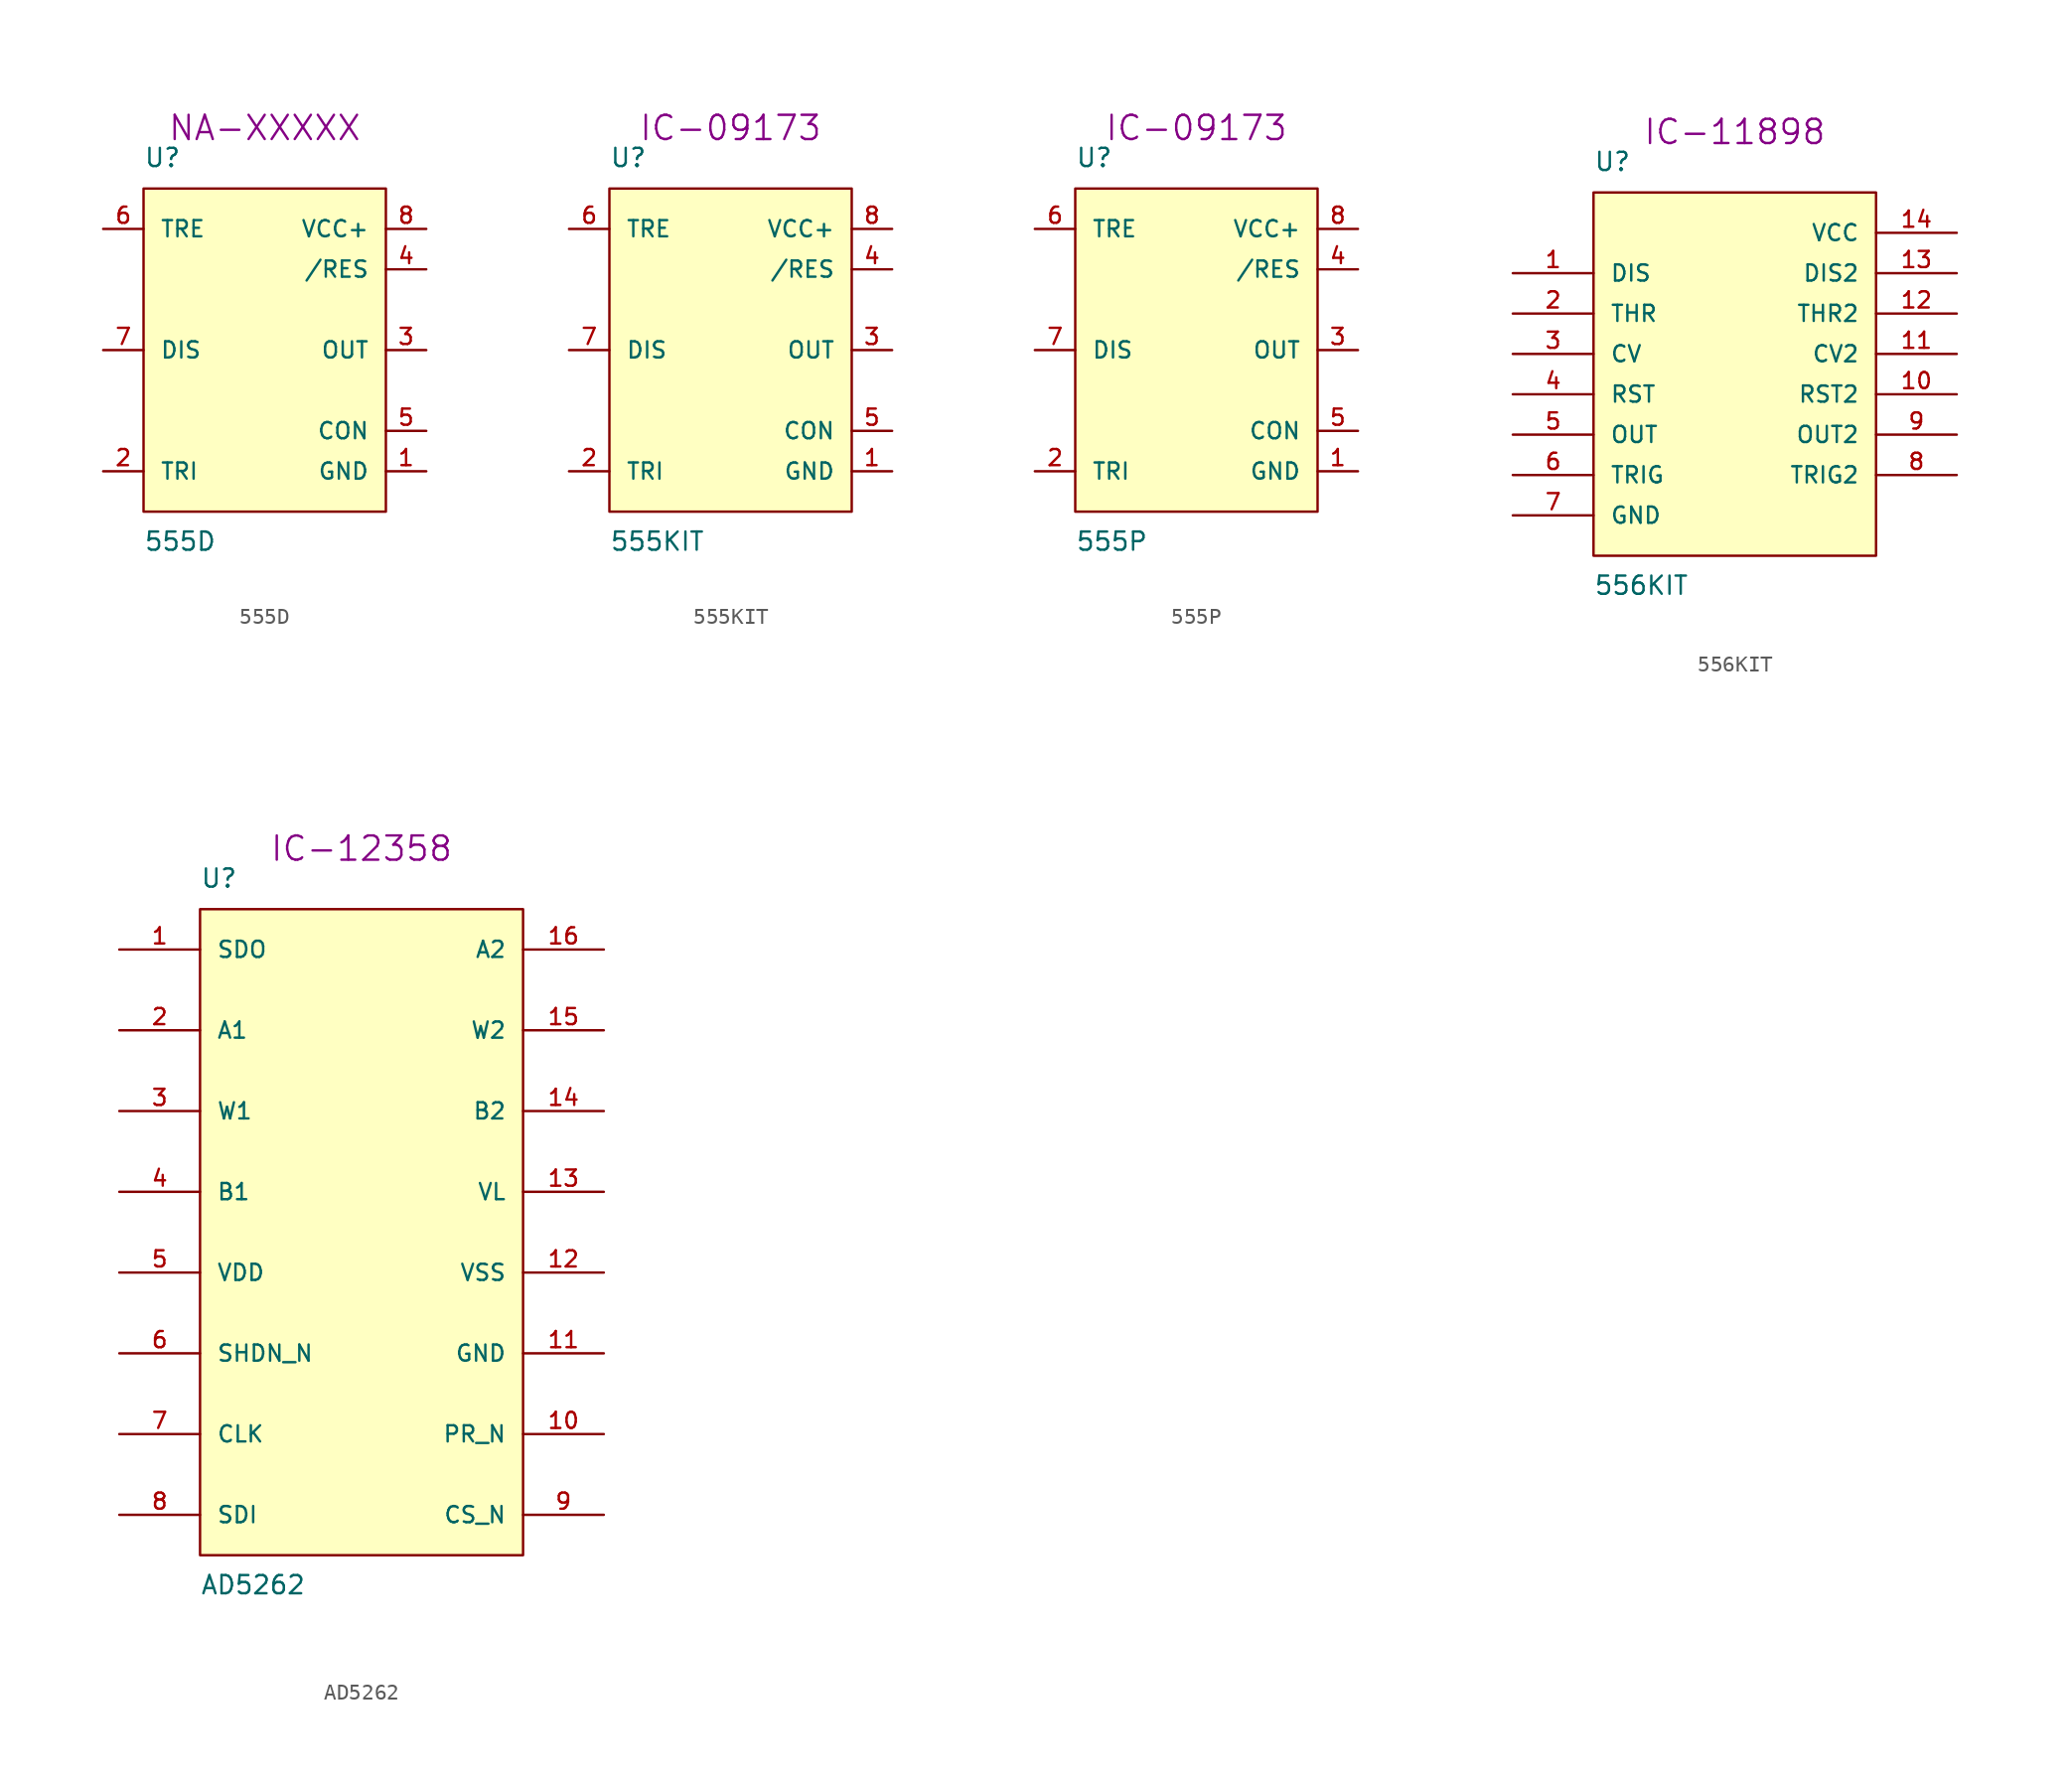
<source format=kicad_sym>
(kicad_symbol_lib
  (version 20201005)
  (generator kicad_symbol_editor)
  (symbol "555D"
    (pin_names
      (offset 1.016))
    (property "Reference" "U"
      (at -7.62 11.43 0)
      (effects (font (size 1.143 1.143)) (justify left bottom)))
    (property "Value" "555D"
      (at -7.62 -12.7 0)
      (effects (font (size 1.143 1.143)) (justify left bottom)))
    (property "Field4" "NA-XXXXX"
      (at 0 13.97 0)
      (effects (font (size 1.524 1.524))))
    (property "ki_locked" ""
      (at 0 0 0)
      (effects (font (size 1.27 1.27))))
    (symbol "555D_1_1"
      (polyline (pts (xy -7.62 10.16) (xy -7.62 -10.16) (xy 7.62 -10.16) (xy 7.62 10.16) (xy -7.62 10.16)) (stroke (width 0)) (fill (type background)))
      (pin power_in line (at 10.16 -7.62 180) (length 2.54) (name "GND" (effects (font (size 1.016 1.016)))) (number "1" (effects (font (size 1.016 1.016)))))
      (pin input line (at -10.16 -7.62 0) (length 2.54) (name "TRI" (effects (font (size 1.016 1.016)))) (number "2" (effects (font (size 1.016 1.016)))))
      (pin output line (at 10.16 0 180) (length 2.54) (name "OUT" (effects (font (size 1.016 1.016)))) (number "3" (effects (font (size 1.016 1.016)))))
      (pin input line (at 10.16 5.08 180) (length 2.54) (name "/RES" (effects (font (size 1.016 1.016)))) (number "4" (effects (font (size 1.016 1.016)))))
      (pin input line (at 10.16 -5.08 180) (length 2.54) (name "CON" (effects (font (size 1.016 1.016)))) (number "5" (effects (font (size 1.016 1.016)))))
      (pin input line (at -10.16 7.62 0) (length 2.54) (name "TRE" (effects (font (size 1.016 1.016)))) (number "6" (effects (font (size 1.016 1.016)))))
      (pin input line (at -10.16 0 0) (length 2.54) (name "DIS" (effects (font (size 1.016 1.016)))) (number "7" (effects (font (size 1.016 1.016)))))
      (pin power_in line (at 10.16 7.62 180) (length 2.54) (name "VCC+" (effects (font (size 1.016 1.016)))) (number "8" (effects (font (size 1.016 1.016)))))))
  (symbol "555KIT"
    (pin_names
      (offset 1.016))
    (property "Reference" "U"
      (at -7.62 11.43 0)
      (effects (font (size 1.143 1.143)) (justify left bottom)))
    (property "Value" "555KIT"
      (at -7.62 -12.7 0)
      (effects (font (size 1.143 1.143)) (justify left bottom)))
    (property "Field4" "IC-09173"
      (at 0 13.97 0)
      (effects (font (size 1.524 1.524))))
    (property "ki_locked" ""
      (at 0 0 0)
      (effects (font (size 1.27 1.27))))
    (symbol "555KIT_1_1"
      (polyline (pts (xy -7.62 10.16) (xy -7.62 -10.16) (xy 7.62 -10.16) (xy 7.62 10.16) (xy -7.62 10.16)) (stroke (width 0)) (fill (type background)))
      (pin power_in line (at 10.16 -7.62 180) (length 2.54) (name "GND" (effects (font (size 1.016 1.016)))) (number "1" (effects (font (size 1.016 1.016)))))
      (pin input line (at -10.16 -7.62 0) (length 2.54) (name "TRI" (effects (font (size 1.016 1.016)))) (number "2" (effects (font (size 1.016 1.016)))))
      (pin output line (at 10.16 0 180) (length 2.54) (name "OUT" (effects (font (size 1.016 1.016)))) (number "3" (effects (font (size 1.016 1.016)))))
      (pin input line (at 10.16 5.08 180) (length 2.54) (name "/RES" (effects (font (size 1.016 1.016)))) (number "4" (effects (font (size 1.016 1.016)))))
      (pin input line (at 10.16 -5.08 180) (length 2.54) (name "CON" (effects (font (size 1.016 1.016)))) (number "5" (effects (font (size 1.016 1.016)))))
      (pin input line (at -10.16 7.62 0) (length 2.54) (name "TRE" (effects (font (size 1.016 1.016)))) (number "6" (effects (font (size 1.016 1.016)))))
      (pin input line (at -10.16 0 0) (length 2.54) (name "DIS" (effects (font (size 1.016 1.016)))) (number "7" (effects (font (size 1.016 1.016)))))
      (pin power_in line (at 10.16 7.62 180) (length 2.54) (name "VCC+" (effects (font (size 1.016 1.016)))) (number "8" (effects (font (size 1.016 1.016)))))))
  (symbol "555P"
    (pin_names
      (offset 1.016))
    (property "Reference" "U"
      (at -7.62 11.43 0)
      (effects (font (size 1.143 1.143)) (justify left bottom)))
    (property "Value" "555P"
      (at -7.62 -12.7 0)
      (effects (font (size 1.143 1.143)) (justify left bottom)))
    (property "Field4" "IC-09173"
      (at 0 13.97 0)
      (effects (font (size 1.524 1.524))))
    (property "ki_locked" ""
      (at 0 0 0)
      (effects (font (size 1.27 1.27))))
    (symbol "555P_1_1"
      (polyline (pts (xy -7.62 10.16) (xy -7.62 -10.16) (xy 7.62 -10.16) (xy 7.62 10.16) (xy -7.62 10.16)) (stroke (width 0)) (fill (type background)))
      (pin power_in line (at 10.16 -7.62 180) (length 2.54) (name "GND" (effects (font (size 1.016 1.016)))) (number "1" (effects (font (size 1.016 1.016)))))
      (pin input line (at -10.16 -7.62 0) (length 2.54) (name "TRI" (effects (font (size 1.016 1.016)))) (number "2" (effects (font (size 1.016 1.016)))))
      (pin output line (at 10.16 0 180) (length 2.54) (name "OUT" (effects (font (size 1.016 1.016)))) (number "3" (effects (font (size 1.016 1.016)))))
      (pin input line (at 10.16 5.08 180) (length 2.54) (name "/RES" (effects (font (size 1.016 1.016)))) (number "4" (effects (font (size 1.016 1.016)))))
      (pin input line (at 10.16 -5.08 180) (length 2.54) (name "CON" (effects (font (size 1.016 1.016)))) (number "5" (effects (font (size 1.016 1.016)))))
      (pin input line (at -10.16 7.62 0) (length 2.54) (name "TRE" (effects (font (size 1.016 1.016)))) (number "6" (effects (font (size 1.016 1.016)))))
      (pin input line (at -10.16 0 0) (length 2.54) (name "DIS" (effects (font (size 1.016 1.016)))) (number "7" (effects (font (size 1.016 1.016)))))
      (pin power_in line (at 10.16 7.62 180) (length 2.54) (name "VCC+" (effects (font (size 1.016 1.016)))) (number "8" (effects (font (size 1.016 1.016)))))))
  (symbol "556KIT"
    (pin_names
      (offset 1.016))
    (property "Reference" "U"
      (at -8.89 11.43 0)
      (effects (font (size 1.143 1.143)) (justify left bottom)))
    (property "Value" "556KIT"
      (at -8.89 -15.24 0)
      (effects (font (size 1.143 1.143)) (justify left bottom)))
    (property "Field4" "IC-11898"
      (at 0 13.97 0)
      (effects (font (size 1.524 1.524))))
    (property "ki_locked" ""
      (at 0 0 0)
      (effects (font (size 1.27 1.27))))
    (symbol "556KIT_1_1"
      (polyline (pts (xy -8.89 -12.7) (xy 8.89 -12.7) (xy 8.89 10.16) (xy -8.89 10.16) (xy -8.89 -12.7)) (stroke (width 0)) (fill (type background)))
      (pin bidirectional line (at -13.97 5.08 0) (length 5.08) (name "DIS" (effects (font (size 1.016 1.016)))) (number "1" (effects (font (size 1.016 1.016)))))
      (pin bidirectional line (at -13.97 2.54 0) (length 5.08) (name "THR" (effects (font (size 1.016 1.016)))) (number "2" (effects (font (size 1.016 1.016)))))
      (pin bidirectional line (at -13.97 0 0) (length 5.08) (name "CV" (effects (font (size 1.016 1.016)))) (number "3" (effects (font (size 1.016 1.016)))))
      (pin bidirectional line (at -13.97 -2.54 0) (length 5.08) (name "RST" (effects (font (size 1.016 1.016)))) (number "4" (effects (font (size 1.016 1.016)))))
      (pin bidirectional line (at -13.97 -5.08 0) (length 5.08) (name "OUT" (effects (font (size 1.016 1.016)))) (number "5" (effects (font (size 1.016 1.016)))))
      (pin bidirectional line (at -13.97 -7.62 0) (length 5.08) (name "TRIG" (effects (font (size 1.016 1.016)))) (number "6" (effects (font (size 1.016 1.016)))))
      (pin bidirectional line (at -13.97 -10.16 0) (length 5.08) (name "GND" (effects (font (size 1.016 1.016)))) (number "7" (effects (font (size 1.016 1.016)))))
      (pin bidirectional line (at 13.97 -7.62 180) (length 5.08) (name "TRIG2" (effects (font (size 1.016 1.016)))) (number "8" (effects (font (size 1.016 1.016)))))
      (pin bidirectional line (at 13.97 -5.08 180) (length 5.08) (name "OUT2" (effects (font (size 1.016 1.016)))) (number "9" (effects (font (size 1.016 1.016)))))
      (pin bidirectional line (at 13.97 -2.54 180) (length 5.08) (name "RST2" (effects (font (size 1.016 1.016)))) (number "10" (effects (font (size 1.016 1.016)))))
      (pin bidirectional line (at 13.97 0 180) (length 5.08) (name "CV2" (effects (font (size 1.016 1.016)))) (number "11" (effects (font (size 1.016 1.016)))))
      (pin bidirectional line (at 13.97 2.54 180) (length 5.08) (name "THR2" (effects (font (size 1.016 1.016)))) (number "12" (effects (font (size 1.016 1.016)))))
      (pin bidirectional line (at 13.97 5.08 180) (length 5.08) (name "DIS2" (effects (font (size 1.016 1.016)))) (number "13" (effects (font (size 1.016 1.016)))))
      (pin bidirectional line (at 13.97 7.62 180) (length 5.08) (name "VCC" (effects (font (size 1.016 1.016)))) (number "14" (effects (font (size 1.016 1.016)))))))
  (symbol "AD5262"
    (pin_names
      (offset 1.016))
    (property "Reference" "U"
      (at -10.16 21.59 0)
      (effects (font (size 1.143 1.143)) (justify left bottom)))
    (property "Value" "AD5262"
      (at -10.16 -22.86 0)
      (effects (font (size 1.143 1.143)) (justify left bottom)))
    (property "Field4" "IC-12358"
      (at 0 24.13 0)
      (effects (font (size 1.524 1.524))))
    (property "ki_locked" ""
      (at 0 0 0)
      (effects (font (size 1.27 1.27))))
    (symbol "AD5262_1_1"
      (polyline (pts (xy -10.16 20.32) (xy -10.16 -20.32) (xy 10.16 -20.32) (xy 10.16 20.32) (xy -10.16 20.32)) (stroke (width 0)) (fill (type background)))
      (pin output line (at -15.24 17.78 0) (length 5.08) (name "SDO" (effects (font (size 1.016 1.016)))) (number "1" (effects (font (size 1.016 1.016)))))
      (pin passive line (at -15.24 12.7 0) (length 5.08) (name "A1" (effects (font (size 1.016 1.016)))) (number "2" (effects (font (size 1.016 1.016)))))
      (pin passive line (at -15.24 7.62 0) (length 5.08) (name "W1" (effects (font (size 1.016 1.016)))) (number "3" (effects (font (size 1.016 1.016)))))
      (pin passive line (at -15.24 2.54 0) (length 5.08) (name "B1" (effects (font (size 1.016 1.016)))) (number "4" (effects (font (size 1.016 1.016)))))
      (pin power_in line (at -15.24 -2.54 0) (length 5.08) (name "VDD" (effects (font (size 1.016 1.016)))) (number "5" (effects (font (size 1.016 1.016)))))
      (pin input line (at -15.24 -7.62 0) (length 5.08) (name "SHDN_N" (effects (font (size 1.016 1.016)))) (number "6" (effects (font (size 1.016 1.016)))))
      (pin input line (at -15.24 -12.7 0) (length 5.08) (name "CLK" (effects (font (size 1.016 1.016)))) (number "7" (effects (font (size 1.016 1.016)))))
      (pin input line (at -15.24 -17.78 0) (length 5.08) (name "SDI" (effects (font (size 1.016 1.016)))) (number "8" (effects (font (size 1.016 1.016)))))
      (pin input line (at 15.24 -17.78 180) (length 5.08) (name "CS_N" (effects (font (size 1.016 1.016)))) (number "9" (effects (font (size 1.016 1.016)))))
      (pin input line (at 15.24 -12.7 180) (length 5.08) (name "PR_N" (effects (font (size 1.016 1.016)))) (number "10" (effects (font (size 1.016 1.016)))))
      (pin power_in line (at 15.24 -7.62 180) (length 5.08) (name "GND" (effects (font (size 1.016 1.016)))) (number "11" (effects (font (size 1.016 1.016)))))
      (pin power_in line (at 15.24 -2.54 180) (length 5.08) (name "VSS" (effects (font (size 1.016 1.016)))) (number "12" (effects (font (size 1.016 1.016)))))
      (pin power_in line (at 15.24 2.54 180) (length 5.08) (name "VL" (effects (font (size 1.016 1.016)))) (number "13" (effects (font (size 1.016 1.016)))))
      (pin passive line (at 15.24 7.62 180) (length 5.08) (name "B2" (effects (font (size 1.016 1.016)))) (number "14" (effects (font (size 1.016 1.016)))))
      (pin passive line (at 15.24 12.7 180) (length 5.08) (name "W2" (effects (font (size 1.016 1.016)))) (number "15" (effects (font (size 1.016 1.016)))))
      (pin passive line (at 15.24 17.78 180) (length 5.08) (name "A2" (effects (font (size 1.016 1.016)))) (number "16" (effects (font (size 1.016 1.016))))))))
</source>
